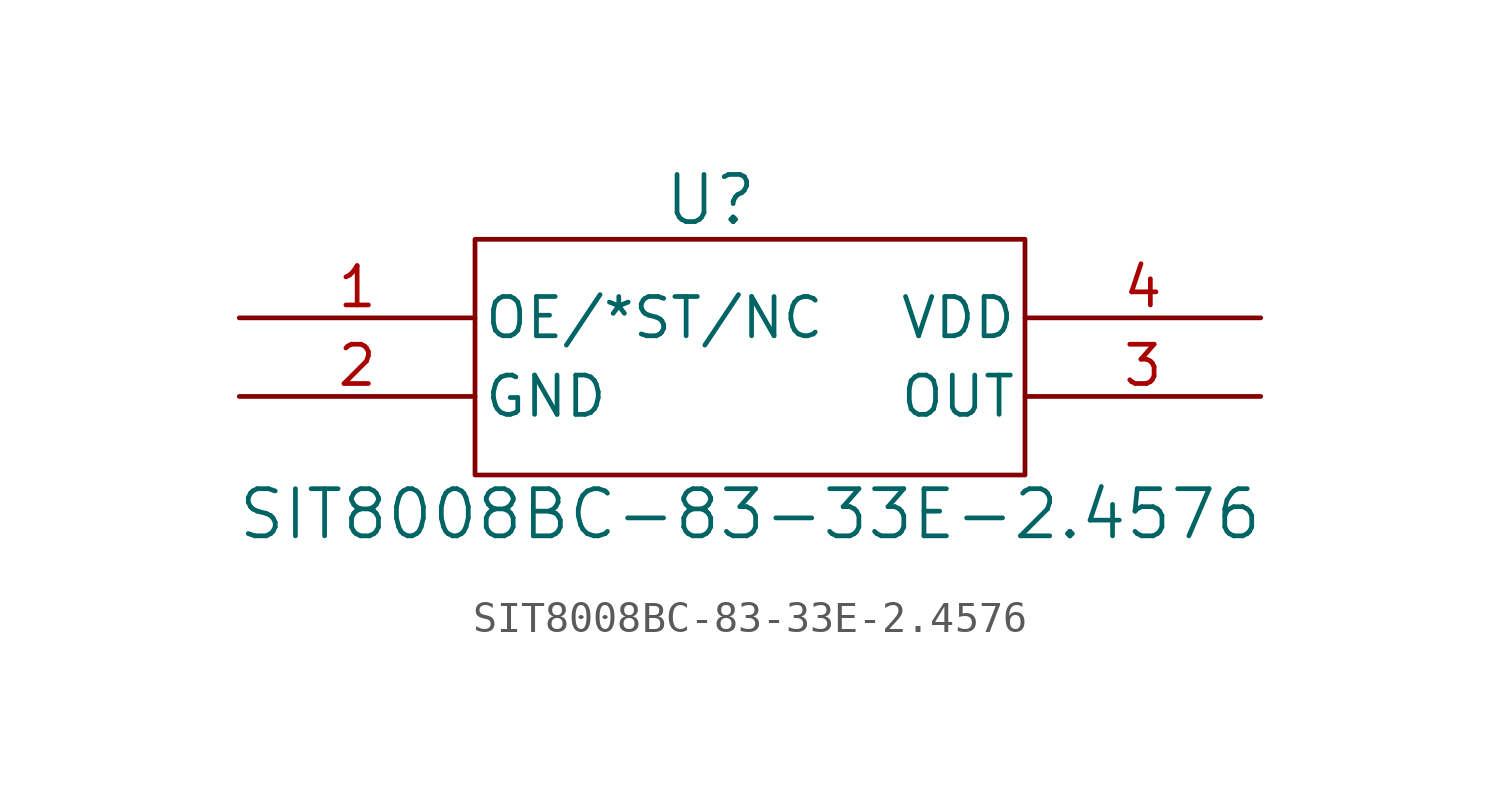
<source format=kicad_sym>
(kicad_symbol_lib
  (version 20231120)
  (generator "kicad_symbol_editor")
  (generator_version "8.0")
  (symbol "SIT8008BC-83-33E-2.4576"
    (pin_names
      (offset 0.254))
    (property "Reference" "U"
      (at -1.27 5.08 0)
      (effects (font (size 1.524 1.524))))
    (property "Value" "SIT8008BC-83-33E-2.4576"
      (at 0 -5.08 0)
      (effects (font (size 1.524 1.524))))
    (symbol "SIT8008BC-83-33E-2.4576_0_1"
      (pin input line (at -16.51 1.27 0) (length 7.62) (name "OE/*ST/NC" (effects (font (size 1.27 1.27)))) (number "1" (effects (font (size 1.27 1.27)))))
      (pin power_out line (at -16.51 -1.27 0) (length 7.62) (name "GND" (effects (font (size 1.27 1.27)))) (number "2" (effects (font (size 1.27 1.27)))))
      (pin output line (at 16.51 -1.27 180) (length 7.62) (name "OUT" (effects (font (size 1.27 1.27)))) (number "3" (effects (font (size 1.27 1.27)))))
      (pin power_in line (at 16.51 1.27 180) (length 7.62) (name "VDD" (effects (font (size 1.27 1.27)))) (number "4" (effects (font (size 1.27 1.27))))))
    (symbol "SIT8008BC-83-33E-2.4576_1_1"
      (rectangle (start -8.89 3.81) (end 8.89 -3.81) (stroke (width 0) (type default)) (fill (type none))))))
</source>
